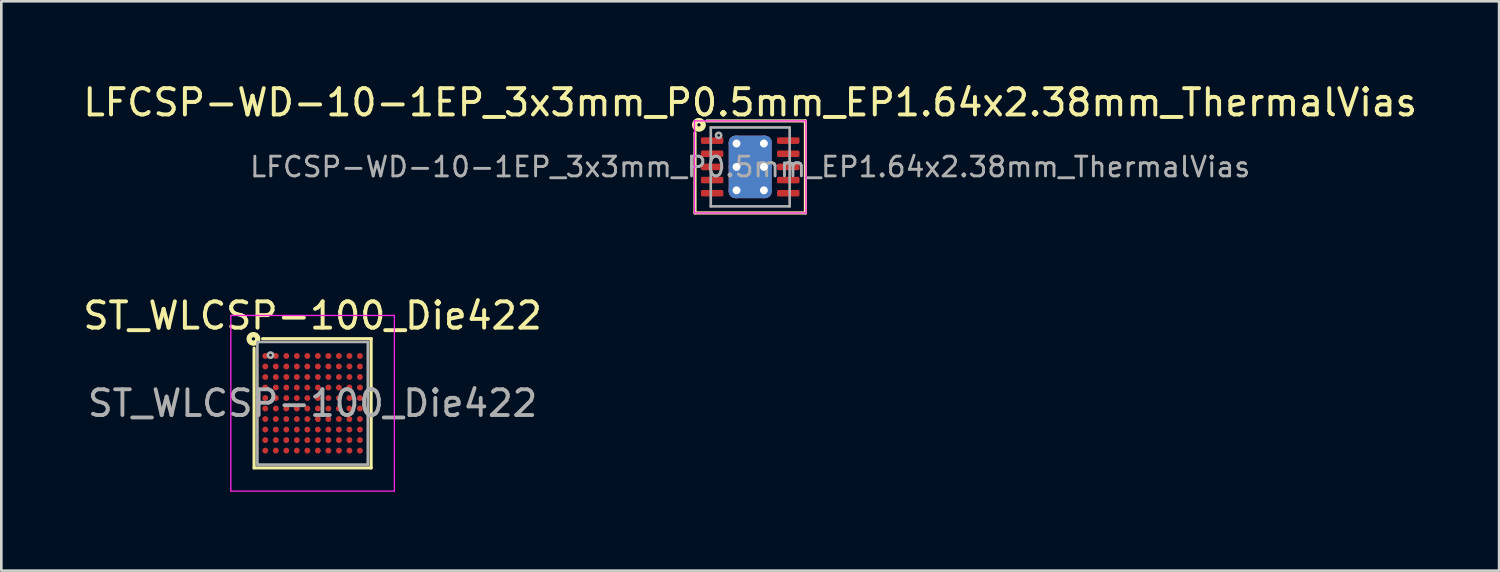
<source format=kicad_pcb>
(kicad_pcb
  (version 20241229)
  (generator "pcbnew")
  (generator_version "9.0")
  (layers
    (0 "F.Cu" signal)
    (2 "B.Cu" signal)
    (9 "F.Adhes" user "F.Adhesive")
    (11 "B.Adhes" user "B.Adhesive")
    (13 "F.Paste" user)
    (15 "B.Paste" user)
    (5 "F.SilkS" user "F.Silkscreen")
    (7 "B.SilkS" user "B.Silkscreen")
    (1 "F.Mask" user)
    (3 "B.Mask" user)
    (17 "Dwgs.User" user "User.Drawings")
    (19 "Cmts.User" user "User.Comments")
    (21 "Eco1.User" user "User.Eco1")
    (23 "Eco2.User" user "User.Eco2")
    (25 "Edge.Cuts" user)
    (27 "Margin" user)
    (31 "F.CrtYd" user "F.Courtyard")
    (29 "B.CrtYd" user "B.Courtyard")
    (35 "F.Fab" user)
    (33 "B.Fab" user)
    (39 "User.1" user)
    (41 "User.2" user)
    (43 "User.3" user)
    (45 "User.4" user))
  (footprint "LFCSP-WD-10-1EP_3x3mm_P0.5mm_EP1.64x2.38mm_ThermalVias"
    (layer "F.Cu")
    (at 25.482 3.298)
    (property "Reference" "LFCSP-WD-10-1EP_3x3mm_P0.5mm_EP1.64x2.38mm_ThermalVias" (at 0 -2.45 0) (layer "F.SilkS") (effects (font (size 1 1) (thickness 0.15))))
    (attr smd)
    (fp_line (start -2.1 1.75) (end -2.1 -1.3) (stroke (width 0.12) (type solid)) (layer "F.SilkS"))
    (fp_line (start 2.1 -1.75) (end -1.65 -1.75) (stroke (width 0.12) (type solid)) (layer "F.SilkS"))
    (fp_line (start 2.1 -1.75) (end 2.1 1.75) (stroke (width 0.12) (type solid)) (layer "F.SilkS"))
    (fp_line (start 2.1 1.75) (end -2.1 1.75) (stroke (width 0.12) (type solid)) (layer "F.SilkS"))
    (fp_circle (center -1.95 -1.6) (end -1.887 -1.6) (stroke (width 0.2) (type solid)) (fill no) (layer "F.SilkS"))
    (fp_line (start -2.12 -1.75) (end -2.12 1.75) (stroke (width 0.05) (type solid)) (layer "F.CrtYd"))
    (fp_line (start -2.12 1.75) (end 2.12 1.75) (stroke (width 0.05) (type solid)) (layer "F.CrtYd"))
    (fp_line (start 2.12 -1.75) (end -2.12 -1.75) (stroke (width 0.05) (type solid)) (layer "F.CrtYd"))
    (fp_line (start 2.12 1.75) (end 2.12 -1.75) (stroke (width 0.05) (type solid)) (layer "F.CrtYd"))
    (fp_line (start -1.5 -1.5) (end 1.5 -1.5) (stroke (width 0.1) (type solid)) (layer "F.Fab"))
    (fp_line (start -1.5 1.5) (end -1.5 -1.5) (stroke (width 0.1) (type solid)) (layer "F.Fab"))
    (fp_line (start 1.5 -1.5) (end 1.5 1.5) (stroke (width 0.1) (type solid)) (layer "F.Fab"))
    (fp_line (start 1.5 1.5) (end -1.5 1.5) (stroke (width 0.1) (type solid)) (layer "F.Fab"))
    (fp_circle (center -1.2 -1.2) (end -1.1 -1.2) (stroke (width 0.1) (type solid)) (fill no) (layer "F.Fab"))
    (fp_text user "${REFERENCE}" (at 0 0 0) (layer "F.Fab") (effects (font (size 0.75 0.75) (thickness 0.11))))
    (pad "" smd roundrect (at -0.41 -0.79) (size 0.71 0.69) (layers "F.Paste") (roundrect_rratio 0.25))
    (pad "" smd roundrect (at -0.41 0) (size 0.71 0.69) (layers "F.Paste") (roundrect_rratio 0.25))
    (pad "" smd roundrect (at -0.41 0.79) (size 0.71 0.69) (layers "F.Paste") (roundrect_rratio 0.25))
    (pad "" smd roundrect (at 0.41 -0.79) (size 0.71 0.69) (layers "F.Paste") (roundrect_rratio 0.25))
    (pad "" smd roundrect (at 0.41 0) (size 0.71 0.69) (layers "F.Paste") (roundrect_rratio 0.25))
    (pad "" smd roundrect (at 0.41 0.79) (size 0.71 0.69) (layers "F.Paste") (roundrect_rratio 0.25))
    (pad "1" smd roundrect (at -1.448 -1) (size 0.855 0.25) (layers "F.Cu" "F.Mask" "F.Paste") (roundrect_rratio 0.25))
    (pad "2" smd roundrect (at -1.448 -0.5) (size 0.855 0.25) (layers "F.Cu" "F.Mask" "F.Paste") (roundrect_rratio 0.25))
    (pad "3" smd roundrect (at -1.448 0) (size 0.855 0.25) (layers "F.Cu" "F.Mask" "F.Paste") (roundrect_rratio 0.25))
    (pad "4" smd roundrect (at -1.448 0.5) (size 0.855 0.25) (layers "F.Cu" "F.Mask" "F.Paste") (roundrect_rratio 0.25))
    (pad "5" smd roundrect (at -1.448 1) (size 0.855 0.25) (layers "F.Cu" "F.Mask" "F.Paste") (roundrect_rratio 0.25))
    (pad "6" smd roundrect (at 1.448 1) (size 0.855 0.25) (layers "F.Cu" "F.Mask" "F.Paste") (roundrect_rratio 0.25))
    (pad "7" smd roundrect (at 1.448 0.5) (size 0.855 0.25) (layers "F.Cu" "F.Mask" "F.Paste") (roundrect_rratio 0.25))
    (pad "8" smd roundrect (at 1.448 0) (size 0.855 0.25) (layers "F.Cu" "F.Mask" "F.Paste") (roundrect_rratio 0.25))
    (pad "9" smd roundrect (at 1.448 -0.5) (size 0.855 0.25) (layers "F.Cu" "F.Mask" "F.Paste") (roundrect_rratio 0.25))
    (pad "10" smd roundrect (at 1.448 -1) (size 0.855 0.25) (layers "F.Cu" "F.Mask" "F.Paste") (roundrect_rratio 0.25))
    (pad "11" thru_hole circle (at -0.52 -0.89) (size 0.6 0.6) (drill 0.3) (layers "*.Cu"))
    (pad "11" thru_hole circle (at -0.52 0) (size 0.6 0.6) (drill 0.3) (layers "*.Cu"))
    (pad "11" thru_hole circle (at -0.52 0.89) (size 0.6 0.6) (drill 0.3) (layers "*.Cu"))
    (pad "11" smd roundrect (at 0 0) (size 1.64 2.38) (layers "F.Cu" "F.Mask") (roundrect_rratio 0.152))
    (pad "11" smd roundrect (at 0 0) (size 1.64 2.38) (layers "B.Cu" "B.Mask") (roundrect_rratio 0.152))
    (pad "11" thru_hole circle (at 0.52 -0.89) (size 0.6 0.6) (drill 0.3) (layers "*.Cu"))
    (pad "11" thru_hole circle (at 0.52 0) (size 0.6 0.6) (drill 0.3) (layers "*.Cu"))
    (pad "11" thru_hole circle (at 0.52 0.89) (size 0.6 0.6) (drill 0.3) (layers "*.Cu")))
  (footprint "ST_WLCSP-100_Die422"
    (layer "F.Cu")
    (at 8.839 12.288)
    (property "Reference" "ST_WLCSP-100_Die422" (at 0 -3.332 0) (layer "F.SilkS") (effects (font (size 1 1) (thickness 0.15))))
    (attr smd)
    (fp_line (start -2.225 2.457) (end -2.225 -2.1) (stroke (width 0.12) (type solid)) (layer "F.SilkS"))
    (fp_line (start -1.9 -2.457) (end 2.225 -2.457) (stroke (width 0.12) (type solid)) (layer "F.SilkS"))
    (fp_line (start 2.225 -2.457) (end 2.225 2.457) (stroke (width 0.12) (type solid)) (layer "F.SilkS"))
    (fp_line (start 2.225 2.457) (end -2.225 2.457) (stroke (width 0.12) (type solid)) (layer "F.SilkS"))
    (fp_circle (center -2.25 -2.45) (end -2.187 -2.45) (stroke (width 0.2) (type solid)) (fill no) (layer "F.SilkS"))
    (fp_line (start -3.11 -3.34) (end -3.11 3.34) (stroke (width 0.05) (type solid)) (layer "F.CrtYd"))
    (fp_line (start -3.11 3.34) (end 3.11 3.34) (stroke (width 0.05) (type solid)) (layer "F.CrtYd"))
    (fp_line (start 3.11 -3.34) (end -3.11 -3.34) (stroke (width 0.05) (type solid)) (layer "F.CrtYd"))
    (fp_line (start 3.11 3.34) (end 3.11 -3.34) (stroke (width 0.05) (type solid)) (layer "F.CrtYd"))
    (fp_line (start -2.1 2.332) (end -2.1 -2.33) (stroke (width 0.1) (type solid)) (layer "F.Fab"))
    (fp_line (start -2.09 -2.332) (end 2.1 -2.332) (stroke (width 0.1) (type solid)) (layer "F.Fab"))
    (fp_line (start 2.1 -2.332) (end 2.1 2.332) (stroke (width 0.1) (type solid)) (layer "F.Fab"))
    (fp_line (start 2.1 2.332) (end -2.1 2.332) (stroke (width 0.1) (type solid)) (layer "F.Fab"))
    (fp_circle (center -1.601 -1.831) (end -1.5 -1.831) (stroke (width 0.1) (type solid)) (fill no) (layer "F.Fab"))
    (fp_text user "${REFERENCE}" (at 0 0 0) (layer "F.Fab") (effects (font (size 0.98 0.98) (thickness 0.147))))
    (pad "A1" smd circle (at -1.8 -1.8) (size 0.225 0.225) (layers "F.Cu" "F.Mask" "F.Paste"))
    (pad "A2" smd circle (at -1.4 -1.8) (size 0.225 0.225) (layers "F.Cu" "F.Mask" "F.Paste"))
    (pad "A3" smd circle (at -1 -1.8) (size 0.225 0.225) (layers "F.Cu" "F.Mask" "F.Paste"))
    (pad "A4" smd circle (at -0.6 -1.8) (size 0.225 0.225) (layers "F.Cu" "F.Mask" "F.Paste"))
    (pad "A5" smd circle (at -0.2 -1.8) (size 0.225 0.225) (layers "F.Cu" "F.Mask" "F.Paste"))
    (pad "A6" smd circle (at 0.2 -1.8) (size 0.225 0.225) (layers "F.Cu" "F.Mask" "F.Paste"))
    (pad "A7" smd circle (at 0.6 -1.8) (size 0.225 0.225) (layers "F.Cu" "F.Mask" "F.Paste"))
    (pad "A8" smd circle (at 1 -1.8) (size 0.225 0.225) (layers "F.Cu" "F.Mask" "F.Paste"))
    (pad "A9" smd circle (at 1.4 -1.8) (size 0.225 0.225) (layers "F.Cu" "F.Mask" "F.Paste"))
    (pad "A10" smd circle (at 1.8 -1.8) (size 0.225 0.225) (layers "F.Cu" "F.Mask" "F.Paste"))
    (pad "B1" smd circle (at -1.8 -1.4) (size 0.225 0.225) (layers "F.Cu" "F.Mask" "F.Paste"))
    (pad "B2" smd circle (at -1.4 -1.4) (size 0.225 0.225) (layers "F.Cu" "F.Mask" "F.Paste"))
    (pad "B3" smd circle (at -1 -1.4) (size 0.225 0.225) (layers "F.Cu" "F.Mask" "F.Paste"))
    (pad "B4" smd circle (at -0.6 -1.4) (size 0.225 0.225) (layers "F.Cu" "F.Mask" "F.Paste"))
    (pad "B5" smd circle (at -0.2 -1.4) (size 0.225 0.225) (layers "F.Cu" "F.Mask" "F.Paste"))
    (pad "B6" smd circle (at 0.2 -1.4) (size 0.225 0.225) (layers "F.Cu" "F.Mask" "F.Paste"))
    (pad "B7" smd circle (at 0.6 -1.4) (size 0.225 0.225) (layers "F.Cu" "F.Mask" "F.Paste"))
    (pad "B8" smd circle (at 1 -1.4) (size 0.225 0.225) (layers "F.Cu" "F.Mask" "F.Paste"))
    (pad "B9" smd circle (at 1.4 -1.4) (size 0.225 0.225) (layers "F.Cu" "F.Mask" "F.Paste"))
    (pad "B10" smd circle (at 1.8 -1.4) (size 0.225 0.225) (layers "F.Cu" "F.Mask" "F.Paste"))
    (pad "C1" smd circle (at -1.8 -1) (size 0.225 0.225) (layers "F.Cu" "F.Mask" "F.Paste"))
    (pad "C2" smd circle (at -1.4 -1) (size 0.225 0.225) (layers "F.Cu" "F.Mask" "F.Paste"))
    (pad "C3" smd circle (at -1 -1) (size 0.225 0.225) (layers "F.Cu" "F.Mask" "F.Paste"))
    (pad "C4" smd circle (at -0.6 -1) (size 0.225 0.225) (layers "F.Cu" "F.Mask" "F.Paste"))
    (pad "C5" smd circle (at -0.2 -1) (size 0.225 0.225) (layers "F.Cu" "F.Mask" "F.Paste"))
    (pad "C6" smd circle (at 0.2 -1) (size 0.225 0.225) (layers "F.Cu" "F.Mask" "F.Paste"))
    (pad "C7" smd circle (at 0.6 -1) (size 0.225 0.225) (layers "F.Cu" "F.Mask" "F.Paste"))
    (pad "C8" smd circle (at 1 -1) (size 0.225 0.225) (layers "F.Cu" "F.Mask" "F.Paste"))
    (pad "C9" smd circle (at 1.4 -1) (size 0.225 0.225) (layers "F.Cu" "F.Mask" "F.Paste"))
    (pad "C10" smd circle (at 1.8 -1) (size 0.225 0.225) (layers "F.Cu" "F.Mask" "F.Paste"))
    (pad "D1" smd circle (at -1.8 -0.6) (size 0.225 0.225) (layers "F.Cu" "F.Mask" "F.Paste"))
    (pad "D2" smd circle (at -1.4 -0.6) (size 0.225 0.225) (layers "F.Cu" "F.Mask" "F.Paste"))
    (pad "D3" smd circle (at -1 -0.6) (size 0.225 0.225) (layers "F.Cu" "F.Mask" "F.Paste"))
    (pad "D4" smd circle (at -0.6 -0.6) (size 0.225 0.225) (layers "F.Cu" "F.Mask" "F.Paste"))
    (pad "D5" smd circle (at -0.2 -0.6) (size 0.225 0.225) (layers "F.Cu" "F.Mask" "F.Paste"))
    (pad "D6" smd circle (at 0.2 -0.6) (size 0.225 0.225) (layers "F.Cu" "F.Mask" "F.Paste"))
    (pad "D7" smd circle (at 0.6 -0.6) (size 0.225 0.225) (layers "F.Cu" "F.Mask" "F.Paste"))
    (pad "D8" smd circle (at 1 -0.6) (size 0.225 0.225) (layers "F.Cu" "F.Mask" "F.Paste"))
    (pad "D9" smd circle (at 1.4 -0.6) (size 0.225 0.225) (layers "F.Cu" "F.Mask" "F.Paste"))
    (pad "D10" smd circle (at 1.8 -0.6) (size 0.225 0.225) (layers "F.Cu" "F.Mask" "F.Paste"))
    (pad "E1" smd circle (at -1.8 -0.2) (size 0.225 0.225) (layers "F.Cu" "F.Mask" "F.Paste"))
    (pad "E2" smd circle (at -1.4 -0.2) (size 0.225 0.225) (layers "F.Cu" "F.Mask" "F.Paste"))
    (pad "E3" smd circle (at -1 -0.2) (size 0.225 0.225) (layers "F.Cu" "F.Mask" "F.Paste"))
    (pad "E4" smd circle (at -0.6 -0.2) (size 0.225 0.225) (layers "F.Cu" "F.Mask" "F.Paste"))
    (pad "E5" smd circle (at -0.2 -0.2) (size 0.225 0.225) (layers "F.Cu" "F.Mask" "F.Paste"))
    (pad "E6" smd circle (at 0.2 -0.2) (size 0.225 0.225) (layers "F.Cu" "F.Mask" "F.Paste"))
    (pad "E7" smd circle (at 0.6 -0.2) (size 0.225 0.225) (layers "F.Cu" "F.Mask" "F.Paste"))
    (pad "E8" smd circle (at 1 -0.2) (size 0.225 0.225) (layers "F.Cu" "F.Mask" "F.Paste"))
    (pad "E9" smd circle (at 1.4 -0.2) (size 0.225 0.225) (layers "F.Cu" "F.Mask" "F.Paste"))
    (pad "E10" smd circle (at 1.8 -0.2) (size 0.225 0.225) (layers "F.Cu" "F.Mask" "F.Paste"))
    (pad "F1" smd circle (at -1.8 0.2) (size 0.225 0.225) (layers "F.Cu" "F.Mask" "F.Paste"))
    (pad "F2" smd circle (at -1.4 0.2) (size 0.225 0.225) (layers "F.Cu" "F.Mask" "F.Paste"))
    (pad "F3" smd circle (at -1 0.2) (size 0.225 0.225) (layers "F.Cu" "F.Mask" "F.Paste"))
    (pad "F4" smd circle (at -0.6 0.2) (size 0.225 0.225) (layers "F.Cu" "F.Mask" "F.Paste"))
    (pad "F5" smd circle (at -0.2 0.2) (size 0.225 0.225) (layers "F.Cu" "F.Mask" "F.Paste"))
    (pad "F6" smd circle (at 0.2 0.2) (size 0.225 0.225) (layers "F.Cu" "F.Mask" "F.Paste"))
    (pad "F7" smd circle (at 0.6 0.2) (size 0.225 0.225) (layers "F.Cu" "F.Mask" "F.Paste"))
    (pad "F8" smd circle (at 1 0.2) (size 0.225 0.225) (layers "F.Cu" "F.Mask" "F.Paste"))
    (pad "F9" smd circle (at 1.4 0.2) (size 0.225 0.225) (layers "F.Cu" "F.Mask" "F.Paste"))
    (pad "F10" smd circle (at 1.8 0.2) (size 0.225 0.225) (layers "F.Cu" "F.Mask" "F.Paste"))
    (pad "G1" smd circle (at -1.8 0.6) (size 0.225 0.225) (layers "F.Cu" "F.Mask" "F.Paste"))
    (pad "G2" smd circle (at -1.4 0.6) (size 0.225 0.225) (layers "F.Cu" "F.Mask" "F.Paste"))
    (pad "G3" smd circle (at -1 0.6) (size 0.225 0.225) (layers "F.Cu" "F.Mask" "F.Paste"))
    (pad "G4" smd circle (at -0.6 0.6) (size 0.225 0.225) (layers "F.Cu" "F.Mask" "F.Paste"))
    (pad "G5" smd circle (at -0.2 0.6) (size 0.225 0.225) (layers "F.Cu" "F.Mask" "F.Paste"))
    (pad "G6" smd circle (at 0.2 0.6) (size 0.225 0.225) (layers "F.Cu" "F.Mask" "F.Paste"))
    (pad "G7" smd circle (at 0.6 0.6) (size 0.225 0.225) (layers "F.Cu" "F.Mask" "F.Paste"))
    (pad "G8" smd circle (at 1 0.6) (size 0.225 0.225) (layers "F.Cu" "F.Mask" "F.Paste"))
    (pad "G9" smd circle (at 1.4 0.6) (size 0.225 0.225) (layers "F.Cu" "F.Mask" "F.Paste"))
    (pad "G10" smd circle (at 1.8 0.6) (size 0.225 0.225) (layers "F.Cu" "F.Mask" "F.Paste"))
    (pad "H1" smd circle (at -1.8 1) (size 0.225 0.225) (layers "F.Cu" "F.Mask" "F.Paste"))
    (pad "H2" smd circle (at -1.4 1) (size 0.225 0.225) (layers "F.Cu" "F.Mask" "F.Paste"))
    (pad "H3" smd circle (at -1 1) (size 0.225 0.225) (layers "F.Cu" "F.Mask" "F.Paste"))
    (pad "H4" smd circle (at -0.6 1) (size 0.225 0.225) (layers "F.Cu" "F.Mask" "F.Paste"))
    (pad "H5" smd circle (at -0.2 1) (size 0.225 0.225) (layers "F.Cu" "F.Mask" "F.Paste"))
    (pad "H6" smd circle (at 0.2 1) (size 0.225 0.225) (layers "F.Cu" "F.Mask" "F.Paste"))
    (pad "H7" smd circle (at 0.6 1) (size 0.225 0.225) (layers "F.Cu" "F.Mask" "F.Paste"))
    (pad "H8" smd circle (at 1 1) (size 0.225 0.225) (layers "F.Cu" "F.Mask" "F.Paste"))
    (pad "H9" smd circle (at 1.4 1) (size 0.225 0.225) (layers "F.Cu" "F.Mask" "F.Paste"))
    (pad "H10" smd circle (at 1.8 1) (size 0.225 0.225) (layers "F.Cu" "F.Mask" "F.Paste"))
    (pad "J1" smd circle (at -1.8 1.4) (size 0.225 0.225) (layers "F.Cu" "F.Mask" "F.Paste"))
    (pad "J2" smd circle (at -1.4 1.4) (size 0.225 0.225) (layers "F.Cu" "F.Mask" "F.Paste"))
    (pad "J3" smd circle (at -1 1.4) (size 0.225 0.225) (layers "F.Cu" "F.Mask" "F.Paste"))
    (pad "J4" smd circle (at -0.6 1.4) (size 0.225 0.225) (layers "F.Cu" "F.Mask" "F.Paste"))
    (pad "J5" smd circle (at -0.2 1.4) (size 0.225 0.225) (layers "F.Cu" "F.Mask" "F.Paste"))
    (pad "J6" smd circle (at 0.2 1.4) (size 0.225 0.225) (layers "F.Cu" "F.Mask" "F.Paste"))
    (pad "J7" smd circle (at 0.6 1.4) (size 0.225 0.225) (layers "F.Cu" "F.Mask" "F.Paste"))
    (pad "J8" smd circle (at 1 1.4) (size 0.225 0.225) (layers "F.Cu" "F.Mask" "F.Paste"))
    (pad "J9" smd circle (at 1.4 1.4) (size 0.225 0.225) (layers "F.Cu" "F.Mask" "F.Paste"))
    (pad "J10" smd circle (at 1.8 1.4) (size 0.225 0.225) (layers "F.Cu" "F.Mask" "F.Paste"))
    (pad "K1" smd circle (at -1.8 1.8) (size 0.225 0.225) (layers "F.Cu" "F.Mask" "F.Paste"))
    (pad "K2" smd circle (at -1.4 1.8) (size 0.225 0.225) (layers "F.Cu" "F.Mask" "F.Paste"))
    (pad "K3" smd circle (at -1 1.8) (size 0.225 0.225) (layers "F.Cu" "F.Mask" "F.Paste"))
    (pad "K4" smd circle (at -0.6 1.8) (size 0.225 0.225) (layers "F.Cu" "F.Mask" "F.Paste"))
    (pad "K5" smd circle (at -0.2 1.8) (size 0.225 0.225) (layers "F.Cu" "F.Mask" "F.Paste"))
    (pad "K6" smd circle (at 0.2 1.8) (size 0.225 0.225) (layers "F.Cu" "F.Mask" "F.Paste"))
    (pad "K7" smd circle (at 0.6 1.8) (size 0.225 0.225) (layers "F.Cu" "F.Mask" "F.Paste"))
    (pad "K8" smd circle (at 1 1.8) (size 0.225 0.225) (layers "F.Cu" "F.Mask" "F.Paste"))
    (pad "K9" smd circle (at 1.4 1.8) (size 0.225 0.225) (layers "F.Cu" "F.Mask" "F.Paste"))
    (pad "K10" smd circle (at 1.8 1.8) (size 0.225 0.225) (layers "F.Cu" "F.Mask" "F.Paste")))
  (gr_rect
    (start -3 -3)
    (end 53.964 18.653)
    (stroke (width 0.1) (type default))
    (fill no)
    (layer "Edge.Cuts")))
</source>
